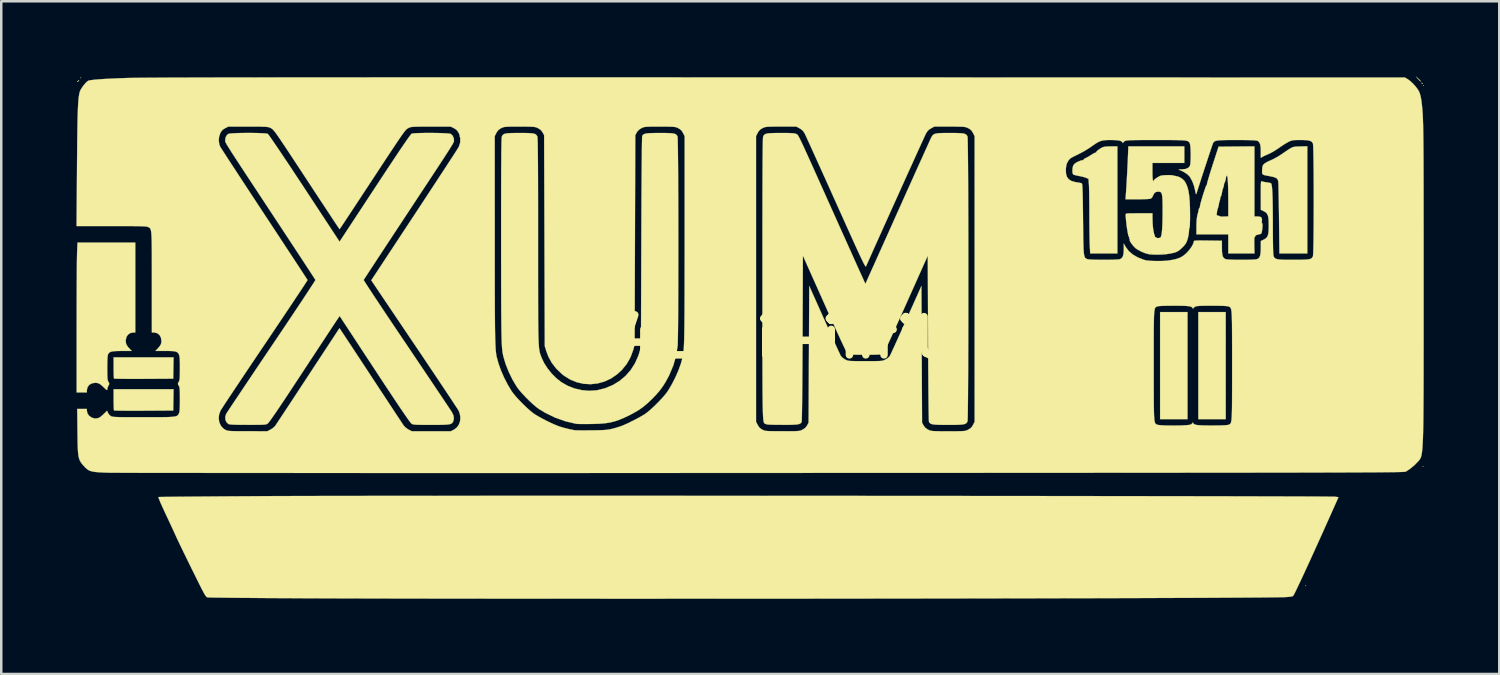
<source format=kicad_pcb>
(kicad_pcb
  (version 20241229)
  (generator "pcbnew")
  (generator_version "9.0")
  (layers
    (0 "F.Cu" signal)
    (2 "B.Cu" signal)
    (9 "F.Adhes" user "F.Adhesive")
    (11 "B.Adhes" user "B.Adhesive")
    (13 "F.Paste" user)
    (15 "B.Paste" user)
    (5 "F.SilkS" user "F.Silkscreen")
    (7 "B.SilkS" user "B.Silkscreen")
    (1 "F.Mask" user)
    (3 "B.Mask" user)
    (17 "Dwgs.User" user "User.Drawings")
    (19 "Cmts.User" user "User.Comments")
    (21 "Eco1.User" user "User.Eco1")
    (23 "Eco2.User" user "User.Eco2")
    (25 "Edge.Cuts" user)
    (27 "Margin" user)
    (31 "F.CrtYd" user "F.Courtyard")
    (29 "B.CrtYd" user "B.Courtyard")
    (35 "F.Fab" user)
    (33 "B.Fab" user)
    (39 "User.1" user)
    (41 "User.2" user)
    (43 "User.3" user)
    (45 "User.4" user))
  (footprint "1541-ii-infill"
    (layer "F.Cu")
    (at 26.883 10.417)
    (property "Reference" "1541-ii-infill" (at 0 0 0) (layer "F.SilkS") (effects (font (size 1.524 1.524) (thickness 0.3))))
    (attr through_hole)
    (fp_poly (pts (xy -26.697 -10.361) (xy -26.709 -10.348) (xy -26.722 -10.361) (xy -26.709 -10.374) (xy -26.697 -10.361)) (stroke (width 0.01) (type solid)) (fill yes) (layer "F.SilkS"))
    (fp_poly (pts (xy 17.442 3.254) (xy 16.349 3.254) (xy 16.349 -1.017) (xy 17.442 -1.017) (xy 17.442 3.254)) (stroke (width 0.01) (type solid)) (fill yes) (layer "F.SilkS"))
    (fp_poly (pts (xy 18.967 3.254) (xy 17.874 3.254) (xy 17.874 -1.017) (xy 18.967 -1.017) (xy 18.967 3.254)) (stroke (width 0.01) (type solid)) (fill yes) (layer "F.SilkS"))
    (fp_poly (pts (xy 22.171 9.903) (xy 22.158 9.916) (xy 22.146 9.903) (xy 22.158 9.89) (xy 22.171 9.903)) (stroke (width 0.01) (type solid)) (fill yes) (layer "F.SilkS"))
    (fp_poly (pts (xy 26.849 5.149) (xy 26.837 5.161) (xy 26.824 5.149) (xy 26.837 5.136) (xy 26.849 5.149)) (stroke (width 0.01) (type solid)) (fill yes) (layer "F.SilkS"))
    (fp_poly (pts (xy 26.875 -10.056) (xy 26.862 -10.043) (xy 26.849 -10.056) (xy 26.862 -10.068) (xy 26.875 -10.056)) (stroke (width 0.01) (type solid)) (fill yes) (layer "F.SilkS"))
    (fp_poly (pts (xy 26.794 -10.16) (xy 26.822 -10.136) (xy 26.824 -10.131) (xy 26.812 -10.12) (xy 26.787 -10.143) (xy 26.783 -10.149) (xy 26.78 -10.166) (xy 26.794 -10.16)) (stroke (width 0.01) (type solid)) (fill yes) (layer "F.SilkS"))
    (fp_poly (pts (xy -26.781 -10.259) (xy -26.795 -10.24) (xy -26.832 -10.201) (xy -26.849 -10.201) (xy -26.849 -10.205) (xy -26.832 -10.226) (xy -26.805 -10.25) (xy -26.775 -10.272) (xy -26.781 -10.259)) (stroke (width 0.01) (type solid)) (fill yes) (layer "F.SilkS"))
    (fp_poly (pts (xy 26.652 -10.324) (xy 26.714 -10.265) (xy 26.743 -10.233) (xy 26.744 -10.222) (xy 26.74 -10.221) (xy 26.72 -10.238) (xy 26.677 -10.282) (xy 26.644 -10.316) (xy 26.557 -10.412) (xy 26.652 -10.324)) (stroke (width 0.01) (type solid)) (fill yes) (layer "F.SilkS"))
    (fp_poly (pts (xy -23.016 1.214) (xy -23.023 1.64) (xy -24.194 1.647) (xy -24.433 1.648) (xy -24.657 1.648) (xy -24.86 1.647) (xy -25.037 1.646) (xy -25.183 1.644) (xy -25.292 1.642) (xy -25.361 1.639) (xy -25.383 1.636) (xy -25.389 1.606) (xy -25.394 1.534) (xy -25.397 1.429) (xy -25.4 1.3) (xy -25.4 1.203) (xy -25.4 0.788) (xy -23.009 0.788) (xy -23.016 1.214)) (stroke (width 0.01) (type solid)) (fill yes) (layer "F.SilkS"))
    (fp_poly (pts (xy -23.016 2.485) (xy -23.023 2.911) (xy -24.194 2.918) (xy -24.433 2.919) (xy -24.657 2.919) (xy -24.86 2.919) (xy -25.037 2.917) (xy -25.183 2.916) (xy -25.292 2.913) (xy -25.361 2.91) (xy -25.383 2.907) (xy -25.389 2.877) (xy -25.394 2.805) (xy -25.397 2.7) (xy -25.4 2.571) (xy -25.4 2.475) (xy -25.4 2.059) (xy -23.009 2.059) (xy -23.016 2.485)) (stroke (width 0.01) (type solid)) (fill yes) (layer "F.SilkS"))
    (fp_poly (pts (xy 22.222 -3.356) (xy 21.109 -3.356) (xy 21.094 -4.735) (xy 21.091 -4.999) (xy 21.087 -5.25) (xy 21.083 -5.484) (xy 21.079 -5.695) (xy 21.075 -5.878) (xy 21.071 -6.027) (xy 21.068 -6.139) (xy 21.064 -6.208) (xy 21.063 -6.224) (xy 21.046 -6.291) (xy 21.013 -6.341) (xy 20.955 -6.378) (xy 20.865 -6.409) (xy 20.734 -6.437) (xy 20.705 -6.442) (xy 20.58 -6.465) (xy 20.496 -6.485) (xy 20.447 -6.508) (xy 20.423 -6.544) (xy 20.417 -6.597) (xy 20.42 -6.677) (xy 20.421 -6.694) (xy 20.429 -6.791) (xy 20.441 -6.852) (xy 20.465 -6.894) (xy 20.506 -6.933) (xy 20.512 -6.938) (xy 20.576 -6.981) (xy 20.669 -7.031) (xy 20.771 -7.076) (xy 20.775 -7.078) (xy 20.878 -7.126) (xy 21.001 -7.193) (xy 21.126 -7.268) (xy 21.184 -7.307) (xy 21.331 -7.407) (xy 21.443 -7.483) (xy 21.529 -7.538) (xy 21.597 -7.576) (xy 21.656 -7.599) (xy 21.715 -7.612) (xy 21.78 -7.619) (xy 21.861 -7.622) (xy 21.934 -7.623) (xy 22.222 -7.632) (xy 22.222 -3.356)) (stroke (width 0.01) (type solid)) (fill yes) (layer "F.SilkS"))
    (fp_poly (pts (xy 14.645 -3.356) (xy 13.56 -3.356) (xy 13.543 -3.703) (xy 13.539 -3.814) (xy 13.535 -3.966) (xy 13.532 -4.151) (xy 13.53 -4.359) (xy 13.528 -4.583) (xy 13.527 -4.812) (xy 13.526 -4.958) (xy 13.526 -5.18) (xy 13.525 -5.395) (xy 13.522 -5.597) (xy 13.52 -5.777) (xy 13.516 -5.928) (xy 13.513 -6.042) (xy 13.51 -6.097) (xy 13.493 -6.329) (xy 13.408 -6.369) (xy 13.342 -6.393) (xy 13.245 -6.419) (xy 13.135 -6.442) (xy 13.115 -6.446) (xy 13.015 -6.466) (xy 12.935 -6.487) (xy 12.887 -6.504) (xy 12.881 -6.509) (xy 12.859 -6.558) (xy 12.85 -6.638) (xy 12.854 -6.731) (xy 12.869 -6.819) (xy 12.885 -6.862) (xy 12.922 -6.919) (xy 12.981 -6.967) (xy 13.074 -7.016) (xy 13.087 -7.022) (xy 13.172 -7.056) (xy 13.239 -7.076) (xy 13.277 -7.078) (xy 13.277 -7.078) (xy 13.294 -7.076) (xy 13.289 -7.086) (xy 13.3 -7.111) (xy 13.346 -7.144) (xy 13.372 -7.156) (xy 13.446 -7.195) (xy 13.539 -7.249) (xy 13.617 -7.298) (xy 13.694 -7.345) (xy 13.755 -7.375) (xy 13.789 -7.381) (xy 13.789 -7.381) (xy 13.802 -7.382) (xy 13.798 -7.391) (xy 13.808 -7.418) (xy 13.852 -7.461) (xy 13.918 -7.511) (xy 13.994 -7.56) (xy 14.068 -7.597) (xy 14.125 -7.611) (xy 14.218 -7.621) (xy 14.332 -7.627) (xy 14.392 -7.628) (xy 14.645 -7.628) (xy 14.645 -3.356)) (stroke (width 0.01) (type solid)) (fill yes) (layer "F.SilkS"))
    (fp_poly (pts (xy -24.536 -0.203) (xy -24.613 -0.203) (xy -24.732 -0.181) (xy -24.826 -0.118) (xy -24.89 -0.02) (xy -24.916 0.106) (xy -24.917 0.128) (xy -24.909 0.219) (xy -24.881 0.297) (xy -24.824 0.378) (xy -24.769 0.439) (xy -24.678 0.534) (xy -25.066 0.534) (xy -25.241 0.536) (xy -25.373 0.542) (xy -25.469 0.555) (xy -25.536 0.577) (xy -25.582 0.609) (xy -25.614 0.653) (xy -25.624 0.673) (xy -25.637 0.731) (xy -25.646 0.839) (xy -25.652 0.996) (xy -25.654 1.202) (xy -25.654 1.215) (xy -25.654 1.386) (xy -25.651 1.514) (xy -25.647 1.607) (xy -25.64 1.673) (xy -25.629 1.72) (xy -25.615 1.755) (xy -25.608 1.767) (xy -25.578 1.821) (xy -25.577 1.86) (xy -25.603 1.912) (xy -25.608 1.92) (xy -25.64 1.991) (xy -25.654 2.057) (xy -25.654 2.059) (xy -25.657 2.088) (xy -25.67 2.094) (xy -25.702 2.072) (xy -25.758 2.02) (xy -25.788 1.992) (xy -25.882 1.904) (xy -25.956 1.849) (xy -26.023 1.818) (xy -26.095 1.806) (xy -26.137 1.805) (xy -26.267 1.826) (xy -26.369 1.884) (xy -26.438 1.974) (xy -26.467 2.089) (xy -26.468 2.109) (xy -26.468 2.187) (xy -26.875 2.187) (xy -26.875 -0.4) (xy -26.874 -0.769) (xy -26.874 -1.129) (xy -26.873 -1.478) (xy -26.872 -1.811) (xy -26.871 -2.124) (xy -26.869 -2.413) (xy -26.868 -2.673) (xy -26.866 -2.901) (xy -26.864 -3.093) (xy -26.861 -3.245) (xy -26.859 -3.352) (xy -26.858 -3.388) (xy -26.841 -3.788) (xy -24.536 -3.788) (xy -24.536 -0.203)) (stroke (width 0.01) (type solid)) (fill yes) (layer "F.SilkS"))
    (fp_poly (pts (xy 20.112 -4.831) (xy 20.236 -4.831) (xy 20.334 -4.822) (xy 20.39 -4.79) (xy 20.413 -4.727) (xy 20.41 -4.637) (xy 20.405 -4.567) (xy 20.412 -4.546) (xy 20.421 -4.554) (xy 20.433 -4.552) (xy 20.436 -4.5) (xy 20.431 -4.399) (xy 20.43 -4.387) (xy 20.419 -4.287) (xy 20.406 -4.207) (xy 20.392 -4.159) (xy 20.389 -4.155) (xy 20.35 -4.132) (xy 20.283 -4.113) (xy 20.261 -4.109) (xy 20.183 -4.087) (xy 20.147 -4.05) (xy 20.144 -4.042) (xy 20.127 -4.006) (xy 20.115 -4.002) (xy 20.11 -3.982) (xy 20.106 -3.921) (xy 20.105 -3.826) (xy 20.106 -3.709) (xy 20.107 -3.684) (xy 20.114 -3.356) (xy 19.069 -3.356) (xy 19.069 -4.119) (xy 17.798 -4.119) (xy 17.798 -4.426) (xy 17.802 -4.59) (xy 17.812 -4.732) (xy 17.817 -4.767) (xy 20.366 -4.767) (xy 20.378 -4.755) (xy 20.391 -4.767) (xy 20.378 -4.78) (xy 20.366 -4.767) (xy 17.817 -4.767) (xy 17.828 -4.841) (xy 17.834 -4.865) (xy 17.842 -4.898) (xy 18.604 -4.898) (xy 18.622 -4.874) (xy 18.669 -4.861) (xy 18.719 -4.85) (xy 18.738 -4.835) (xy 18.762 -4.828) (xy 18.822 -4.825) (xy 18.904 -4.827) (xy 19.069 -4.835) (xy 19.069 -5.427) (xy 19.068 -5.716) (xy 19.064 -5.959) (xy 19.057 -6.155) (xy 19.048 -6.304) (xy 19.036 -6.404) (xy 19.022 -6.455) (xy 19.008 -6.458) (xy 18.982 -6.415) (xy 18.979 -6.4) (xy 18.971 -6.34) (xy 18.956 -6.272) (xy 18.938 -6.212) (xy 18.923 -6.18) (xy 18.92 -6.178) (xy 18.907 -6.156) (xy 18.899 -6.108) (xy 18.885 -6.03) (xy 18.863 -5.961) (xy 18.841 -5.901) (xy 18.829 -5.861) (xy 18.829 -5.861) (xy 18.816 -5.777) (xy 18.799 -5.698) (xy 18.781 -5.641) (xy 18.768 -5.619) (xy 18.754 -5.597) (xy 18.748 -5.555) (xy 18.737 -5.487) (xy 18.725 -5.447) (xy 18.706 -5.388) (xy 18.701 -5.365) (xy 18.689 -5.294) (xy 18.671 -5.216) (xy 18.652 -5.151) (xy 18.642 -5.124) (xy 18.629 -5.084) (xy 18.619 -5.018) (xy 18.618 -5.013) (xy 18.611 -4.945) (xy 18.604 -4.899) (xy 18.604 -4.898) (xy 17.842 -4.898) (xy 17.859 -4.962) (xy 17.88 -5.058) (xy 17.886 -5.092) (xy 17.902 -5.149) (xy 17.921 -5.174) (xy 17.926 -5.173) (xy 17.939 -5.179) (xy 17.935 -5.197) (xy 17.937 -5.232) (xy 17.952 -5.304) (xy 17.977 -5.403) (xy 18.01 -5.519) (xy 18.047 -5.645) (xy 18.086 -5.77) (xy 18.124 -5.886) (xy 18.158 -5.984) (xy 18.186 -6.053) (xy 18.204 -6.086) (xy 18.208 -6.087) (xy 18.22 -6.093) (xy 18.217 -6.107) (xy 18.221 -6.139) (xy 18.24 -6.213) (xy 18.271 -6.322) (xy 18.312 -6.461) (xy 18.362 -6.624) (xy 18.419 -6.804) (xy 18.443 -6.878) (xy 18.682 -7.615) (xy 19.397 -7.622) (xy 20.112 -7.628) (xy 20.112 -4.831)) (stroke (width 0.01) (type solid)) (fill yes) (layer "F.SilkS"))
    (fp_poly (pts (xy 17.315 -6.967) (xy 16.043 -6.967) (xy 16.043 -6.612) (xy 16.045 -6.446) (xy 16.052 -6.33) (xy 16.062 -6.261) (xy 16.073 -6.24) (xy 16.09 -6.237) (xy 16.086 -6.248) (xy 16.097 -6.275) (xy 16.142 -6.319) (xy 16.213 -6.371) (xy 16.214 -6.372) (xy 16.29 -6.419) (xy 16.352 -6.449) (xy 16.419 -6.466) (xy 16.509 -6.475) (xy 16.582 -6.479) (xy 16.688 -6.482) (xy 16.779 -6.48) (xy 16.839 -6.474) (xy 16.85 -6.471) (xy 16.908 -6.455) (xy 16.976 -6.444) (xy 17.094 -6.412) (xy 17.211 -6.35) (xy 17.303 -6.269) (xy 17.319 -6.25) (xy 17.384 -6.141) (xy 17.437 -6.012) (xy 17.478 -5.857) (xy 17.508 -5.671) (xy 17.529 -5.45) (xy 17.54 -5.188) (xy 17.543 -4.912) (xy 17.543 -4.753) (xy 17.54 -4.614) (xy 17.537 -4.501) (xy 17.532 -4.422) (xy 17.527 -4.384) (xy 17.524 -4.382) (xy 17.514 -4.365) (xy 17.505 -4.311) (xy 17.502 -4.25) (xy 17.492 -4.148) (xy 17.471 -4.027) (xy 17.446 -3.928) (xy 17.413 -3.831) (xy 17.375 -3.755) (xy 17.322 -3.683) (xy 17.241 -3.598) (xy 17.235 -3.592) (xy 17.15 -3.512) (xy 17.071 -3.453) (xy 16.985 -3.41) (xy 16.88 -3.378) (xy 16.744 -3.35) (xy 16.636 -3.333) (xy 16.511 -3.319) (xy 16.362 -3.311) (xy 16.206 -3.309) (xy 16.06 -3.312) (xy 15.938 -3.322) (xy 15.889 -3.329) (xy 15.838 -3.343) (xy 15.993 -3.343) (xy 16.005 -3.331) (xy 16.018 -3.343) (xy 16.476 -3.343) (xy 16.488 -3.331) (xy 16.501 -3.343) (xy 16.488 -3.356) (xy 16.476 -3.343) (xy 16.018 -3.343) (xy 16.005 -3.356) (xy 15.993 -3.343) (xy 15.838 -3.343) (xy 15.744 -3.37) (xy 15.589 -3.434) (xy 15.447 -3.511) (xy 15.379 -3.558) (xy 15.326 -3.607) (xy 15.268 -3.672) (xy 15.213 -3.742) (xy 15.168 -3.809) (xy 15.14 -3.861) (xy 15.137 -3.888) (xy 15.142 -3.89) (xy 15.144 -3.906) (xy 15.129 -3.927) (xy 15.111 -3.97) (xy 15.115 -3.991) (xy 15.115 -4.015) (xy 15.107 -4.017) (xy 15.092 -4.041) (xy 15.074 -4.106) (xy 15.055 -4.203) (xy 15.035 -4.323) (xy 15.015 -4.455) (xy 14.999 -4.592) (xy 14.986 -4.723) (xy 14.977 -4.84) (xy 14.976 -4.91) (xy 14.978 -4.926) (xy 14.99 -4.938) (xy 15.017 -4.946) (xy 15.066 -4.952) (xy 15.144 -4.956) (xy 15.256 -4.957) (xy 15.41 -4.958) (xy 15.51 -4.958) (xy 16.043 -4.958) (xy 16.045 -4.748) (xy 16.05 -4.576) (xy 16.062 -4.412) (xy 16.081 -4.267) (xy 16.105 -4.154) (xy 16.121 -4.106) (xy 16.142 -4.047) (xy 16.149 -4.01) (xy 16.149 -4.009) (xy 16.16 -3.999) (xy 16.17 -4.004) (xy 16.194 -4.003) (xy 16.196 -3.993) (xy 16.217 -3.973) (xy 16.266 -3.967) (xy 16.322 -3.975) (xy 16.366 -3.996) (xy 16.371 -4.001) (xy 16.395 -4.057) (xy 16.415 -4.161) (xy 16.43 -4.314) (xy 16.441 -4.517) (xy 16.447 -4.769) (xy 16.449 -5.029) (xy 16.449 -5.251) (xy 16.446 -5.428) (xy 16.441 -5.564) (xy 16.43 -5.665) (xy 16.415 -5.736) (xy 16.392 -5.782) (xy 16.362 -5.808) (xy 16.323 -5.819) (xy 16.28 -5.822) (xy 16.187 -5.809) (xy 16.123 -5.767) (xy 16.077 -5.687) (xy 16.067 -5.661) (xy 16.025 -5.583) (xy 15.973 -5.54) (xy 15.972 -5.54) (xy 15.928 -5.533) (xy 15.843 -5.526) (xy 15.726 -5.522) (xy 15.585 -5.518) (xy 15.441 -5.517) (xy 14.969 -5.517) (xy 14.985 -5.727) (xy 14.995 -5.861) (xy 16.221 -5.861) (xy 16.234 -5.848) (xy 16.247 -5.861) (xy 16.234 -5.873) (xy 16.221 -5.861) (xy 14.995 -5.861) (xy 14.995 -5.869) (xy 15.007 -6.052) (xy 15.019 -6.265) (xy 15.032 -6.497) (xy 15.044 -6.738) (xy 15.056 -6.979) (xy 15.066 -7.207) (xy 15.066 -7.214) (xy 15.083 -7.628) (xy 17.315 -7.628) (xy 17.315 -6.967)) (stroke (width 0.01) (type solid)) (fill yes) (layer "F.SilkS"))
    (fp_poly (pts (xy -6.011 6.313) (xy -5.152 6.313) (xy -4.282 6.313) (xy -3.402 6.313) (xy -2.514 6.314) (xy -1.619 6.314) (xy -0.718 6.314) (xy 0.186 6.314) (xy 1.093 6.315) (xy 2.002 6.315) (xy 2.91 6.316) (xy 3.816 6.316) (xy 4.719 6.317) (xy 5.618 6.317) (xy 6.51 6.318) (xy 7.395 6.319) (xy 8.271 6.319) (xy 9.136 6.32) (xy 9.99 6.321) (xy 10.831 6.321) (xy 11.656 6.322) (xy 12.466 6.323) (xy 13.258 6.324) (xy 14.031 6.325) (xy 14.784 6.326) (xy 15.515 6.327) (xy 16.222 6.328) (xy 16.905 6.329) (xy 17.562 6.33) (xy 18.191 6.331) (xy 18.791 6.332) (xy 19.36 6.333) (xy 19.897 6.334) (xy 20.401 6.336) (xy 20.871 6.337) (xy 21.303 6.338) (xy 21.699 6.339) (xy 22.055 6.34) (xy 22.37 6.342) (xy 22.644 6.343) (xy 22.874 6.344) (xy 23.059 6.346) (xy 23.198 6.347) (xy 23.289 6.348) (xy 23.331 6.35) (xy 23.333 6.35) (xy 23.465 6.369) (xy 23.147 7.081) (xy 22.973 7.469) (xy 22.805 7.844) (xy 22.642 8.205) (xy 22.487 8.546) (xy 22.341 8.867) (xy 22.205 9.163) (xy 22.081 9.432) (xy 21.97 9.67) (xy 21.873 9.875) (xy 21.792 10.044) (xy 21.729 10.174) (xy 21.684 10.261) (xy 21.67 10.285) (xy 21.651 10.308) (xy 21.617 10.324) (xy 21.56 10.336) (xy 21.47 10.346) (xy 21.366 10.353) (xy 21.295 10.356) (xy 21.176 10.359) (xy 21.008 10.361) (xy 20.794 10.364) (xy 20.535 10.367) (xy 20.233 10.369) (xy 19.889 10.372) (xy 19.505 10.374) (xy 19.082 10.377) (xy 18.621 10.379) (xy 18.125 10.382) (xy 17.594 10.384) (xy 17.03 10.386) (xy 16.435 10.388) (xy 15.81 10.391) (xy 15.157 10.393) (xy 14.477 10.395) (xy 13.771 10.397) (xy 13.042 10.398) (xy 12.29 10.4) (xy 11.517 10.402) (xy 10.725 10.404) (xy 9.915 10.405) (xy 9.088 10.407) (xy 8.247 10.408) (xy 7.392 10.409) (xy 6.526 10.411) (xy 5.649 10.412) (xy 4.763 10.413) (xy 3.869 10.414) (xy 2.97 10.415) (xy 2.067 10.416) (xy 1.16 10.416) (xy 0.252 10.417) (xy -0.656 10.417) (xy -1.562 10.418) (xy -2.465 10.418) (xy -3.364 10.418) (xy -4.257 10.419) (xy -5.142 10.419) (xy -6.017 10.418) (xy -6.883 10.418) (xy -7.736 10.418) (xy -8.576 10.417) (xy -9.4 10.417) (xy -10.208 10.416) (xy -10.998 10.415) (xy -11.769 10.415) (xy -12.518 10.414) (xy -13.245 10.412) (xy -13.948 10.411) (xy -14.625 10.41) (xy -15.275 10.408) (xy -15.897 10.407) (xy -16.488 10.405) (xy -17.049 10.403) (xy -17.576 10.401) (xy -18.068 10.399) (xy -18.09 10.398) (xy -18.508 10.396) (xy -18.913 10.394) (xy -19.302 10.392) (xy -19.671 10.389) (xy -20.019 10.386) (xy -20.341 10.384) (xy -20.635 10.381) (xy -20.898 10.378) (xy -21.126 10.375) (xy -21.318 10.373) (xy -21.469 10.37) (xy -21.577 10.367) (xy -21.639 10.365) (xy -21.652 10.364) (xy -21.672 10.358) (xy -21.691 10.346) (xy -21.712 10.325) (xy -21.738 10.29) (xy -21.771 10.238) (xy -21.812 10.165) (xy -21.864 10.067) (xy -21.929 9.941) (xy -22.009 9.781) (xy -22.106 9.585) (xy -22.223 9.348) (xy -22.267 9.26) (xy -22.379 9.032) (xy -22.487 8.811) (xy -22.589 8.602) (xy -22.682 8.411) (xy -22.763 8.243) (xy -22.829 8.104) (xy -22.878 8.001) (xy -22.903 7.945) (xy -22.947 7.848) (xy -23.007 7.718) (xy -23.077 7.565) (xy -23.153 7.402) (xy -23.226 7.246) (xy -23.346 6.991) (xy -23.443 6.78) (xy -23.518 6.613) (xy -23.57 6.489) (xy -23.601 6.407) (xy -23.61 6.366) (xy -23.609 6.362) (xy -23.583 6.36) (xy -23.508 6.359) (xy -23.388 6.357) (xy -23.224 6.355) (xy -23.02 6.353) (xy -22.779 6.35) (xy -22.502 6.348) (xy -22.192 6.345) (xy -21.852 6.343) (xy -21.484 6.34) (xy -21.092 6.337) (xy -20.677 6.334) (xy -20.242 6.332) (xy -19.79 6.329) (xy -19.324 6.326) (xy -19.165 6.325) (xy -18.916 6.324) (xy -18.625 6.323) (xy -18.292 6.322) (xy -17.919 6.321) (xy -17.507 6.32) (xy -17.059 6.319) (xy -16.575 6.318) (xy -16.056 6.318) (xy -15.505 6.317) (xy -14.922 6.316) (xy -14.31 6.316) (xy -13.669 6.315) (xy -13.001 6.315) (xy -12.308 6.314) (xy -11.59 6.314) (xy -10.85 6.314) (xy -10.088 6.313) (xy -9.307 6.313) (xy -8.507 6.313) (xy -7.69 6.313) (xy -6.858 6.313) (xy -6.011 6.313)) (stroke (width 0.01) (type solid)) (fill yes) (layer "F.SilkS"))
    (fp_poly (pts (xy -3.411 -8.161) (xy -3.256 -8.157) (xy -3.138 -8.15) (xy -3.053 -8.138) (xy -2.993 -8.119) (xy -2.951 -8.093) (xy -2.922 -8.058) (xy -2.903 -8.022) (xy -2.9 -7.989) (xy -2.896 -7.908) (xy -2.893 -7.783) (xy -2.89 -7.617) (xy -2.887 -7.413) (xy -2.885 -7.175) (xy -2.882 -6.906) (xy -2.88 -6.609) (xy -2.878 -6.287) (xy -2.877 -5.944) (xy -2.875 -5.583) (xy -2.874 -5.208) (xy -2.873 -4.821) (xy -2.873 -4.425) (xy -2.872 -4.026) (xy -2.872 -3.624) (xy -2.872 -3.225) (xy -2.873 -2.83) (xy -2.873 -2.444) (xy -2.874 -2.069) (xy -2.875 -1.709) (xy -2.877 -1.368) (xy -2.878 -1.048) (xy -2.88 -0.752) (xy -2.882 -0.485) (xy -2.885 -0.249) (xy -2.888 -0.048) (xy -2.891 0.115) (xy -2.894 0.237) (xy -2.897 0.314) (xy -2.899 0.331) (xy -2.963 0.732) (xy -3.072 1.114) (xy -3.229 1.487) (xy -3.254 1.538) (xy -3.373 1.759) (xy -3.491 1.948) (xy -3.619 2.12) (xy -3.769 2.292) (xy -3.913 2.442) (xy -4.092 2.613) (xy -4.257 2.752) (xy -4.422 2.872) (xy -4.604 2.982) (xy -4.807 3.09) (xy -5.029 3.197) (xy -5.227 3.28) (xy -5.412 3.343) (xy -5.598 3.389) (xy -5.796 3.419) (xy -6.018 3.437) (xy -6.275 3.446) (xy -6.344 3.447) (xy -6.507 3.448) (xy -6.657 3.449) (xy -6.784 3.448) (xy -6.879 3.446) (xy -6.934 3.443) (xy -6.941 3.442) (xy -7.374 3.34) (xy -7.783 3.195) (xy -8.175 3.005) (xy -8.427 2.853) (xy -8.537 2.771) (xy -8.669 2.659) (xy -8.812 2.527) (xy -8.956 2.383) (xy -9.093 2.238) (xy -9.211 2.102) (xy -9.301 1.985) (xy -9.316 1.963) (xy -9.487 1.675) (xy -9.638 1.367) (xy -9.761 1.055) (xy -9.851 0.753) (xy -9.863 0.699) (xy -9.873 0.65) (xy -9.882 0.597) (xy -9.89 0.537) (xy -9.898 0.469) (xy -9.905 0.388) (xy -9.911 0.294) (xy -9.916 0.183) (xy -9.92 0.054) (xy -9.924 -0.097) (xy -9.928 -0.271) (xy -9.931 -0.472) (xy -9.933 -0.701) (xy -9.935 -0.961) (xy -9.937 -1.255) (xy -9.938 -1.584) (xy -9.939 -1.952) (xy -9.94 -2.361) (xy -9.94 -2.813) (xy -9.941 -3.31) (xy -9.941 -3.856) (xy -9.941 -3.933) (xy -9.941 -4.494) (xy -9.941 -5.005) (xy -9.94 -5.469) (xy -9.94 -5.887) (xy -9.939 -6.262) (xy -9.938 -6.595) (xy -9.936 -6.888) (xy -9.934 -7.143) (xy -9.933 -7.361) (xy -9.93 -7.545) (xy -9.928 -7.696) (xy -9.925 -7.817) (xy -9.922 -7.908) (xy -9.918 -7.971) (xy -9.914 -8.01) (xy -9.911 -8.022) (xy -9.887 -8.066) (xy -9.857 -8.099) (xy -9.812 -8.123) (xy -9.748 -8.141) (xy -9.657 -8.152) (xy -9.533 -8.158) (xy -9.371 -8.161) (xy -9.204 -8.162) (xy -9.004 -8.161) (xy -8.849 -8.157) (xy -8.732 -8.15) (xy -8.647 -8.138) (xy -8.586 -8.119) (xy -8.545 -8.093) (xy -8.516 -8.058) (xy -8.497 -8.022) (xy -8.493 -8.001) (xy -8.489 -7.956) (xy -8.486 -7.885) (xy -8.482 -7.786) (xy -8.48 -7.657) (xy -8.477 -7.497) (xy -8.475 -7.304) (xy -8.473 -7.076) (xy -8.471 -6.811) (xy -8.47 -6.507) (xy -8.469 -6.164) (xy -8.468 -5.778) (xy -8.467 -5.348) (xy -8.467 -4.872) (xy -8.467 -4.349) (xy -8.467 -3.85) (xy -8.467 -3.304) (xy -8.467 -2.806) (xy -8.467 -2.355) (xy -8.466 -1.947) (xy -8.466 -1.58) (xy -8.465 -1.251) (xy -8.464 -0.959) (xy -8.463 -0.701) (xy -8.46 -0.474) (xy -8.458 -0.276) (xy -8.454 -0.104) (xy -8.45 0.044) (xy -8.445 0.17) (xy -8.439 0.277) (xy -8.433 0.368) (xy -8.425 0.444) (xy -8.416 0.508) (xy -8.406 0.564) (xy -8.394 0.612) (xy -8.381 0.656) (xy -8.367 0.697) (xy -8.351 0.74) (xy -8.334 0.785) (xy -8.324 0.81) (xy -8.227 1.016) (xy -8.09 1.228) (xy -7.925 1.433) (xy -7.741 1.619) (xy -7.547 1.774) (xy -7.54 1.779) (xy -7.289 1.923) (xy -7.015 2.03) (xy -6.726 2.098) (xy -6.434 2.124) (xy -6.151 2.107) (xy -6.107 2.1) (xy -5.785 2.02) (xy -5.487 1.895) (xy -5.216 1.731) (xy -4.975 1.528) (xy -4.767 1.29) (xy -4.596 1.019) (xy -4.464 0.719) (xy -4.418 0.572) (xy -4.361 0.369) (xy -4.348 -3.814) (xy -4.346 -4.272) (xy -4.345 -4.716) (xy -4.343 -5.144) (xy -4.341 -5.554) (xy -4.338 -5.941) (xy -4.336 -6.305) (xy -4.333 -6.641) (xy -4.331 -6.949) (xy -4.328 -7.223) (xy -4.326 -7.463) (xy -4.323 -7.665) (xy -4.32 -7.826) (xy -4.318 -7.945) (xy -4.315 -8.018) (xy -4.313 -8.042) (xy -4.289 -8.079) (xy -4.256 -8.108) (xy -4.205 -8.129) (xy -4.132 -8.144) (xy -4.03 -8.154) (xy -3.893 -8.159) (xy -3.714 -8.161) (xy -3.61 -8.162) (xy -3.411 -8.161)) (stroke (width 0.01) (type solid)) (fill yes) (layer "F.SilkS"))
    (fp_poly (pts (xy -12.575 -8.162) (xy -12.404 -8.159) (xy -12.25 -8.154) (xy -12.119 -8.147) (xy -12.02 -8.139) (xy -11.961 -8.128) (xy -11.954 -8.125) (xy -11.877 -8.058) (xy -11.832 -7.957) (xy -11.823 -7.872) (xy -11.822 -7.858) (xy -11.822 -7.846) (xy -11.824 -7.832) (xy -11.828 -7.816) (xy -11.836 -7.794) (xy -11.851 -7.764) (xy -11.872 -7.725) (xy -11.901 -7.675) (xy -11.941 -7.61) (xy -11.991 -7.529) (xy -12.054 -7.43) (xy -12.131 -7.311) (xy -12.223 -7.169) (xy -12.332 -7.003) (xy -12.458 -6.809) (xy -12.605 -6.587) (xy -12.771 -6.334) (xy -12.96 -6.047) (xy -13.173 -5.725) (xy -13.41 -5.366) (xy -13.673 -4.966) (xy -13.754 -4.844) (xy -13.967 -4.52) (xy -14.173 -4.208) (xy -14.369 -3.91) (xy -14.554 -3.63) (xy -14.726 -3.368) (xy -14.883 -3.129) (xy -15.023 -2.915) (xy -15.146 -2.728) (xy -15.248 -2.572) (xy -15.329 -2.448) (xy -15.386 -2.36) (xy -15.418 -2.31) (xy -15.425 -2.299) (xy -15.412 -2.274) (xy -15.373 -2.211) (xy -15.309 -2.11) (xy -15.221 -1.975) (xy -15.111 -1.808) (xy -14.982 -1.612) (xy -14.834 -1.39) (xy -14.671 -1.144) (xy -14.492 -0.876) (xy -14.3 -0.59) (xy -14.097 -0.287) (xy -13.884 0.029) (xy -13.713 0.282) (xy -13.492 0.61) (xy -13.279 0.927) (xy -13.073 1.232) (xy -12.879 1.521) (xy -12.696 1.792) (xy -12.528 2.042) (xy -12.376 2.269) (xy -12.242 2.469) (xy -12.128 2.64) (xy -12.035 2.779) (xy -11.966 2.883) (xy -11.922 2.95) (xy -11.907 2.973) (xy -11.843 3.105) (xy -11.824 3.223) (xy -11.848 3.333) (xy -11.853 3.344) (xy -11.873 3.383) (xy -11.898 3.413) (xy -11.934 3.437) (xy -11.986 3.455) (xy -12.059 3.467) (xy -12.16 3.476) (xy -12.293 3.48) (xy -12.466 3.483) (xy -12.682 3.483) (xy -12.731 3.483) (xy -12.941 3.483) (xy -13.107 3.482) (xy -13.234 3.48) (xy -13.329 3.476) (xy -13.398 3.471) (xy -13.447 3.463) (xy -13.482 3.453) (xy -13.509 3.439) (xy -13.514 3.436) (xy -13.539 3.411) (xy -13.584 3.354) (xy -13.651 3.263) (xy -13.739 3.137) (xy -13.85 2.975) (xy -13.985 2.777) (xy -14.143 2.541) (xy -14.326 2.266) (xy -14.535 1.951) (xy -14.77 1.595) (xy -14.987 1.264) (xy -16.384 -0.862) (xy -16.616 -0.513) (xy -16.666 -0.438) (xy -16.742 -0.323) (xy -16.84 -0.174) (xy -16.958 0.005) (xy -17.094 0.212) (xy -17.245 0.44) (xy -17.407 0.688) (xy -17.58 0.95) (xy -17.759 1.222) (xy -17.942 1.502) (xy -18.015 1.612) (xy -18.249 1.968) (xy -18.457 2.283) (xy -18.639 2.557) (xy -18.796 2.791) (xy -18.929 2.988) (xy -19.039 3.147) (xy -19.126 3.271) (xy -19.192 3.359) (xy -19.236 3.414) (xy -19.259 3.436) (xy -19.285 3.45) (xy -19.318 3.461) (xy -19.363 3.469) (xy -19.426 3.475) (xy -19.514 3.479) (xy -19.633 3.481) (xy -19.788 3.482) (xy -19.987 3.482) (xy -20.048 3.482) (xy -20.274 3.481) (xy -20.453 3.479) (xy -20.592 3.476) (xy -20.694 3.47) (xy -20.764 3.463) (xy -20.807 3.453) (xy -20.821 3.448) (xy -20.897 3.378) (xy -20.94 3.281) (xy -20.947 3.169) (xy -20.914 3.054) (xy -20.908 3.043) (xy -20.889 3.012) (xy -20.843 2.942) (xy -20.772 2.834) (xy -20.678 2.693) (xy -20.563 2.52) (xy -20.427 2.318) (xy -20.274 2.089) (xy -20.105 1.837) (xy -19.922 1.564) (xy -19.726 1.272) (xy -19.519 0.965) (xy -19.303 0.644) (xy -19.102 0.346) (xy -18.88 0.017) (xy -18.667 -0.3) (xy -18.464 -0.603) (xy -18.272 -0.89) (xy -18.093 -1.158) (xy -17.93 -1.403) (xy -17.783 -1.625) (xy -17.655 -1.82) (xy -17.547 -1.985) (xy -17.46 -2.118) (xy -17.397 -2.217) (xy -17.36 -2.278) (xy -17.349 -2.3) (xy -17.364 -2.325) (xy -17.406 -2.389) (xy -17.472 -2.491) (xy -17.56 -2.627) (xy -17.67 -2.794) (xy -17.798 -2.99) (xy -17.944 -3.212) (xy -18.105 -3.457) (xy -18.28 -3.723) (xy -18.466 -4.006) (xy -18.663 -4.305) (xy -18.868 -4.616) (xy -18.919 -4.693) (xy -19.197 -5.115) (xy -19.449 -5.497) (xy -19.675 -5.841) (xy -19.878 -6.148) (xy -20.058 -6.421) (xy -20.216 -6.662) (xy -20.355 -6.874) (xy -20.475 -7.057) (xy -20.578 -7.215) (xy -20.665 -7.349) (xy -20.737 -7.462) (xy -20.796 -7.555) (xy -20.843 -7.631) (xy -20.88 -7.691) (xy -20.907 -7.738) (xy -20.926 -7.774) (xy -20.939 -7.802) (xy -20.946 -7.822) (xy -20.95 -7.837) (xy -20.951 -7.85) (xy -20.951 -7.862) (xy -20.951 -7.871) (xy -20.931 -7.991) (xy -20.877 -8.083) (xy -20.82 -8.125) (xy -20.772 -8.137) (xy -20.682 -8.146) (xy -20.558 -8.153) (xy -20.408 -8.159) (xy -20.241 -8.162) (xy -20.063 -8.164) (xy -19.885 -8.163) (xy -19.714 -8.161) (xy -19.557 -8.156) (xy -19.424 -8.15) (xy -19.323 -8.141) (xy -19.261 -8.131) (xy -19.251 -8.127) (xy -19.228 -8.101) (xy -19.179 -8.035) (xy -19.106 -7.931) (xy -19.011 -7.792) (xy -18.894 -7.621) (xy -18.758 -7.42) (xy -18.605 -7.191) (xy -18.435 -6.938) (xy -18.252 -6.662) (xy -18.056 -6.365) (xy -17.849 -6.052) (xy -17.788 -5.959) (xy -16.386 -3.825) (xy -14.98 -5.964) (xy -14.718 -6.363) (xy -14.483 -6.719) (xy -14.274 -7.033) (xy -14.092 -7.307) (xy -13.935 -7.541) (xy -13.803 -7.734) (xy -13.696 -7.889) (xy -13.614 -8.005) (xy -13.555 -8.084) (xy -13.52 -8.126) (xy -13.511 -8.133) (xy -13.463 -8.143) (xy -13.372 -8.151) (xy -13.247 -8.157) (xy -13.097 -8.161) (xy -12.929 -8.164) (xy -12.752 -8.164) (xy -12.575 -8.162)) (stroke (width 0.01) (type solid)) (fill yes) (layer "F.SilkS"))
    (fp_poly (pts (xy 8.158 -8.161) (xy 8.313 -8.157) (xy 8.43 -8.15) (xy 8.516 -8.138) (xy 8.576 -8.119) (xy 8.617 -8.093) (xy 8.646 -8.058) (xy 8.665 -8.022) (xy 8.669 -7.989) (xy 8.672 -7.908) (xy 8.675 -7.782) (xy 8.678 -7.614) (xy 8.681 -7.405) (xy 8.683 -7.16) (xy 8.686 -6.881) (xy 8.688 -6.571) (xy 8.69 -6.233) (xy 8.692 -5.868) (xy 8.693 -5.482) (xy 8.694 -5.075) (xy 8.696 -4.651) (xy 8.697 -4.213) (xy 8.697 -3.764) (xy 8.698 -3.306) (xy 8.698 -2.842) (xy 8.698 -2.375) (xy 8.698 -1.907) (xy 8.698 -1.443) (xy 8.697 -0.983) (xy 8.697 -0.532) (xy 8.696 -0.092) (xy 8.695 0.334) (xy 8.693 0.743) (xy 8.692 1.133) (xy 8.69 1.501) (xy 8.688 1.843) (xy 8.686 2.158) (xy 8.684 2.442) (xy 8.681 2.692) (xy 8.679 2.906) (xy 8.676 3.081) (xy 8.673 3.214) (xy 8.669 3.302) (xy 8.666 3.342) (xy 8.665 3.344) (xy 8.643 3.385) (xy 8.615 3.418) (xy 8.574 3.442) (xy 8.515 3.459) (xy 8.432 3.471) (xy 8.318 3.478) (xy 8.168 3.482) (xy 7.975 3.483) (xy 7.895 3.483) (xy 7.684 3.483) (xy 7.518 3.48) (xy 7.39 3.474) (xy 7.296 3.464) (xy 7.229 3.449) (xy 7.183 3.428) (xy 7.151 3.4) (xy 7.129 3.365) (xy 7.129 3.363) (xy 7.126 3.333) (xy 7.123 3.254) (xy 7.12 3.131) (xy 7.117 2.966) (xy 7.114 2.763) (xy 7.111 2.524) (xy 7.108 2.252) (xy 7.105 1.951) (xy 7.103 1.623) (xy 7.1 1.272) (xy 7.098 0.9) (xy 7.096 0.511) (xy 7.094 0.108) (xy 7.094 0.024) (xy 7.081 -3.27) (xy 6.217 -1.339) (xy 6.061 -0.99) (xy 5.924 -0.685) (xy 5.805 -0.42) (xy 5.702 -0.193) (xy 5.614 -0.001) (xy 5.54 0.159) (xy 5.478 0.29) (xy 5.427 0.395) (xy 5.386 0.477) (xy 5.352 0.539) (xy 5.326 0.583) (xy 5.304 0.613) (xy 5.286 0.632) (xy 5.276 0.639) (xy 5.248 0.654) (xy 5.212 0.666) (xy 5.163 0.674) (xy 5.094 0.68) (xy 4.997 0.683) (xy 4.867 0.685) (xy 4.696 0.686) (xy 4.589 0.686) (xy 4.395 0.686) (xy 4.244 0.685) (xy 4.131 0.682) (xy 4.048 0.677) (xy 3.99 0.67) (xy 3.948 0.661) (xy 3.917 0.648) (xy 3.902 0.639) (xy 3.886 0.627) (xy 3.867 0.604) (xy 3.844 0.569) (xy 3.815 0.519) (xy 3.779 0.451) (xy 3.734 0.361) (xy 3.68 0.247) (xy 3.614 0.106) (xy 3.535 -0.065) (xy 3.442 -0.269) (xy 3.334 -0.508) (xy 3.209 -0.787) (xy 3.065 -1.107) (xy 2.961 -1.339) (xy 2.098 -3.27) (xy 2.085 0.024) (xy 2.083 0.43) (xy 2.081 0.822) (xy 2.079 1.197) (xy 2.076 1.553) (xy 2.074 1.886) (xy 2.071 2.193) (xy 2.068 2.471) (xy 2.065 2.717) (xy 2.062 2.928) (xy 2.059 3.101) (xy 2.056 3.233) (xy 2.053 3.321) (xy 2.051 3.361) (xy 2.05 3.363) (xy 2.028 3.399) (xy 1.998 3.427) (xy 1.953 3.448) (xy 1.887 3.463) (xy 1.794 3.473) (xy 1.67 3.479) (xy 1.506 3.482) (xy 1.299 3.482) (xy 1.279 3.482) (xy 1.07 3.481) (xy 0.906 3.478) (xy 0.783 3.474) (xy 0.696 3.467) (xy 0.64 3.457) (xy 0.613 3.448) (xy 0.599 3.441) (xy 0.586 3.435) (xy 0.573 3.429) (xy 0.562 3.421) (xy 0.552 3.407) (xy 0.543 3.387) (xy 0.535 3.359) (xy 0.527 3.32) (xy 0.52 3.269) (xy 0.514 3.203) (xy 0.509 3.121) (xy 0.505 3.021) (xy 0.501 2.9) (xy 0.497 2.757) (xy 0.494 2.59) (xy 0.492 2.396) (xy 0.49 2.174) (xy 0.488 1.922) (xy 0.487 1.638) (xy 0.486 1.319) (xy 0.485 0.965) (xy 0.485 0.572) (xy 0.484 0.139) (xy 0.484 -0.336) (xy 0.484 -0.855) (xy 0.484 -1.419) (xy 0.484 -2.032) (xy 0.484 -2.332) (xy 0.484 -2.996) (xy 0.484 -3.611) (xy 0.484 -4.179) (xy 0.485 -4.7) (xy 0.485 -5.176) (xy 0.486 -5.61) (xy 0.487 -6.002) (xy 0.488 -6.354) (xy 0.489 -6.667) (xy 0.491 -6.943) (xy 0.492 -7.184) (xy 0.494 -7.392) (xy 0.496 -7.566) (xy 0.499 -7.711) (xy 0.501 -7.825) (xy 0.504 -7.913) (xy 0.507 -7.974) (xy 0.511 -8.01) (xy 0.513 -8.022) (xy 0.537 -8.066) (xy 0.568 -8.099) (xy 0.612 -8.123) (xy 0.677 -8.141) (xy 0.767 -8.152) (xy 0.891 -8.158) (xy 1.054 -8.161) (xy 1.22 -8.162) (xy 1.408 -8.161) (xy 1.552 -8.159) (xy 1.658 -8.154) (xy 1.735 -8.148) (xy 1.789 -8.138) (xy 1.828 -8.125) (xy 1.835 -8.121) (xy 1.847 -8.115) (xy 1.858 -8.11) (xy 1.869 -8.103) (xy 1.882 -8.092) (xy 1.896 -8.074) (xy 1.913 -8.048) (xy 1.934 -8.011) (xy 1.961 -7.961) (xy 1.994 -7.895) (xy 2.034 -7.812) (xy 2.083 -7.709) (xy 2.142 -7.583) (xy 2.211 -7.432) (xy 2.291 -7.255) (xy 2.385 -7.049) (xy 2.492 -6.811) (xy 2.614 -6.539) (xy 2.752 -6.231) (xy 2.908 -5.885) (xy 3.081 -5.499) (xy 3.274 -5.069) (xy 3.383 -4.826) (xy 3.539 -4.477) (xy 3.69 -4.142) (xy 3.834 -3.822) (xy 3.969 -3.522) (xy 4.094 -3.243) (xy 4.208 -2.989) (xy 4.31 -2.763) (xy 4.398 -2.568) (xy 4.472 -2.406) (xy 4.529 -2.28) (xy 4.568 -2.194) (xy 4.589 -2.149) (xy 4.592 -2.144) (xy 4.603 -2.167) (xy 4.633 -2.234) (xy 4.682 -2.342) (xy 4.747 -2.487) (xy 4.828 -2.668) (xy 4.924 -2.881) (xy 5.033 -3.124) (xy 5.154 -3.394) (xy 5.286 -3.687) (xy 5.427 -4.001) (xy 5.577 -4.334) (xy 5.733 -4.683) (xy 5.873 -4.996) (xy 6.036 -5.358) (xy 6.193 -5.709) (xy 6.344 -6.045) (xy 6.488 -6.364) (xy 6.622 -6.663) (xy 6.746 -6.938) (xy 6.859 -7.187) (xy 6.958 -7.407) (xy 7.043 -7.595) (xy 7.112 -7.748) (xy 7.164 -7.863) (xy 7.198 -7.936) (xy 7.211 -7.964) (xy 7.244 -8.025) (xy 7.278 -8.071) (xy 7.32 -8.106) (xy 7.376 -8.131) (xy 7.454 -8.147) (xy 7.561 -8.156) (xy 7.702 -8.16) (xy 7.885 -8.162) (xy 7.958 -8.162) (xy 8.158 -8.161)) (stroke (width 0.01) (type solid)) (fill yes) (layer "F.SilkS"))
    (fp_poly (pts (xy -9.302 -10.381) (xy -8.224 -10.381) (xy -7.102 -10.381) (xy -5.934 -10.381) (xy -4.72 -10.381) (xy -3.458 -10.381) (xy -2.148 -10.38) (xy -0.789 -10.38) (xy 0.62 -10.38) (xy 1.102 -10.38) (xy 26.116 -10.373) (xy 26.228 -10.308) (xy 26.33 -10.233) (xy 26.441 -10.129) (xy 26.548 -10.01) (xy 26.636 -9.891) (xy 26.686 -9.802) (xy 26.718 -9.712) (xy 26.748 -9.595) (xy 26.769 -9.477) (xy 26.77 -9.471) (xy 26.78 -9.395) (xy 26.789 -9.322) (xy 26.797 -9.249) (xy 26.804 -9.176) (xy 26.811 -9.1) (xy 26.818 -9.018) (xy 26.824 -8.929) (xy 26.829 -8.831) (xy 26.834 -8.722) (xy 26.838 -8.599) (xy 26.842 -8.461) (xy 26.845 -8.305) (xy 26.848 -8.13) (xy 26.851 -7.934) (xy 26.853 -7.713) (xy 26.855 -7.467) (xy 26.857 -7.194) (xy 26.858 -6.89) (xy 26.859 -6.555) (xy 26.86 -6.186) (xy 26.861 -5.781) (xy 26.861 -5.338) (xy 26.861 -4.856) (xy 26.862 -4.331) (xy 26.862 -3.762) (xy 26.862 -3.147) (xy 26.862 -2.483) (xy 26.862 -2.276) (xy 26.862 -1.571) (xy 26.862 -0.916) (xy 26.862 -0.309) (xy 26.862 0.254) (xy 26.861 0.773) (xy 26.861 1.25) (xy 26.86 1.688) (xy 26.859 2.087) (xy 26.857 2.451) (xy 26.855 2.779) (xy 26.853 3.076) (xy 26.85 3.342) (xy 26.846 3.578) (xy 26.841 3.788) (xy 26.836 3.973) (xy 26.829 4.134) (xy 26.822 4.274) (xy 26.814 4.394) (xy 26.805 4.496) (xy 26.795 4.582) (xy 26.783 4.654) (xy 26.771 4.714) (xy 26.757 4.763) (xy 26.741 4.804) (xy 26.725 4.837) (xy 26.706 4.866) (xy 26.687 4.891) (xy 26.665 4.915) (xy 26.642 4.94) (xy 26.618 4.966) (xy 26.616 4.969) (xy 26.482 5.103) (xy 26.333 5.227) (xy 26.187 5.325) (xy 26.145 5.348) (xy 26.138 5.35) (xy 26.127 5.353) (xy 26.109 5.355) (xy 26.084 5.357) (xy 26.052 5.359) (xy 26.011 5.361) (xy 25.961 5.362) (xy 25.9 5.364) (xy 25.827 5.366) (xy 25.742 5.367) (xy 25.644 5.369) (xy 25.531 5.37) (xy 25.404 5.372) (xy 25.26 5.373) (xy 25.099 5.375) (xy 24.921 5.376) (xy 24.723 5.377) (xy 24.506 5.378) (xy 24.269 5.379) (xy 24.009 5.38) (xy 23.727 5.381) (xy 23.422 5.382) (xy 23.092 5.383) (xy 22.737 5.384) (xy 22.356 5.385) (xy 21.948 5.386) (xy 21.512 5.387) (xy 21.047 5.387) (xy 20.552 5.388) (xy 20.026 5.389) (xy 19.469 5.39) (xy 18.878 5.39) (xy 18.255 5.391) (xy 17.597 5.391) (xy 16.903 5.392) (xy 16.173 5.393) (xy 15.406 5.393) (xy 14.601 5.394) (xy 13.757 5.394) (xy 12.873 5.395) (xy 11.947 5.395) (xy 10.98 5.396) (xy 9.971 5.396) (xy 8.917 5.397) (xy 7.819 5.397) (xy 6.676 5.398) (xy 5.486 5.398) (xy 4.249 5.399) (xy 2.963 5.399) (xy 1.628 5.4) (xy 0.516 5.4) (xy -0.626 5.401) (xy -1.757 5.401) (xy -2.875 5.402) (xy -3.98 5.402) (xy -5.07 5.402) (xy -6.145 5.402) (xy -7.202 5.403) (xy -8.242 5.403) (xy -9.262 5.403) (xy -10.263 5.403) (xy -11.242 5.403) (xy -12.199 5.403) (xy -13.132 5.403) (xy -14.041 5.403) (xy -14.924 5.403) (xy -15.78 5.402) (xy -16.608 5.402) (xy -17.407 5.402) (xy -18.176 5.402) (xy -18.914 5.401) (xy -19.62 5.401) (xy -20.292 5.401) (xy -20.929 5.4) (xy -21.531 5.4) (xy -22.097 5.399) (xy -22.624 5.399) (xy -23.112 5.398) (xy -23.56 5.398) (xy -23.967 5.397) (xy -24.332 5.397) (xy -24.654 5.396) (xy -24.93 5.395) (xy -25.162 5.394) (xy -25.346 5.394) (xy -25.483 5.393) (xy -25.571 5.392) (xy -25.603 5.391) (xy -25.825 5.383) (xy -26.002 5.373) (xy -26.142 5.36) (xy -26.252 5.342) (xy -26.338 5.318) (xy -26.407 5.286) (xy -26.466 5.245) (xy -26.522 5.194) (xy -26.534 5.181) (xy -26.605 5.106) (xy -26.664 5.038) (xy -26.711 4.972) (xy -26.749 4.903) (xy -26.778 4.824) (xy -26.8 4.73) (xy -26.816 4.615) (xy -26.826 4.474) (xy -26.834 4.3) (xy -26.838 4.089) (xy -26.842 3.834) (xy -26.843 3.757) (xy -26.853 2.848) (xy -26.468 2.848) (xy -26.468 2.918) (xy -26.444 3.025) (xy -26.38 3.118) (xy -26.286 3.188) (xy -26.173 3.225) (xy -26.124 3.229) (xy -26.114 3.228) (xy -21.208 3.228) (xy -21.185 3.378) (xy -21.126 3.511) (xy -21.035 3.619) (xy -20.957 3.672) (xy -20.922 3.69) (xy -20.889 3.704) (xy -20.851 3.715) (xy -20.803 3.723) (xy -20.738 3.728) (xy -20.651 3.732) (xy -20.534 3.734) (xy -20.383 3.736) (xy -20.19 3.736) (xy -20.053 3.736) (xy -19.271 3.738) (xy -19.146 3.674) (xy -19.061 3.621) (xy -18.986 3.558) (xy -18.959 3.528) (xy -18.936 3.495) (xy -18.887 3.422) (xy -18.815 3.314) (xy -18.721 3.172) (xy -18.607 3) (xy -18.476 2.802) (xy -18.33 2.581) (xy -18.171 2.339) (xy -18.001 2.08) (xy -17.822 1.807) (xy -17.645 1.538) (xy -17.461 1.257) (xy -17.285 0.989) (xy -17.118 0.736) (xy -16.964 0.501) (xy -16.824 0.288) (xy -16.7 0.099) (xy -16.594 -0.062) (xy -16.508 -0.193) (xy -16.444 -0.291) (xy -16.404 -0.352) (xy -16.39 -0.373) (xy -16.39 -0.373) (xy -16.376 -0.353) (xy -16.336 -0.294) (xy -16.272 -0.197) (xy -16.186 -0.068) (xy -16.08 0.092) (xy -15.956 0.28) (xy -15.816 0.492) (xy -15.662 0.726) (xy -15.496 0.978) (xy -15.32 1.245) (xy -15.141 1.519) (xy -14.955 1.802) (xy -14.776 2.074) (xy -14.606 2.332) (xy -14.447 2.573) (xy -14.302 2.794) (xy -14.172 2.991) (xy -14.059 3.162) (xy -13.966 3.303) (xy -13.894 3.411) (xy -13.846 3.482) (xy -13.825 3.513) (xy -13.759 3.583) (xy -13.671 3.649) (xy -13.629 3.673) (xy -13.503 3.738) (xy -11.948 3.738) (xy -11.822 3.674) (xy -11.708 3.589) (xy -11.625 3.472) (xy -11.577 3.332) (xy -11.566 3.179) (xy -11.593 3.022) (xy -11.635 2.917) (xy -11.658 2.88) (xy -11.707 2.802) (xy -11.782 2.689) (xy -11.879 2.541) (xy -11.997 2.362) (xy -12.135 2.155) (xy -12.29 1.922) (xy -12.46 1.667) (xy -12.645 1.391) (xy -12.842 1.098) (xy -13.048 0.79) (xy -13.263 0.471) (xy -13.412 0.251) (xy -15.121 -2.284) (xy -13.406 -4.886) (xy -13.188 -5.217) (xy -12.977 -5.538) (xy -12.775 -5.846) (xy -12.583 -6.138) (xy -12.404 -6.412) (xy -12.239 -6.664) (xy -12.089 -6.893) (xy -11.958 -7.095) (xy -11.846 -7.267) (xy -11.755 -7.408) (xy -11.688 -7.514) (xy -11.645 -7.582) (xy -11.63 -7.608) (xy -11.577 -7.765) (xy -11.569 -7.933) (xy -11.591 -8.036) (xy -10.196 -8.036) (xy -10.195 -3.935) (xy -10.195 -3.378) (xy -10.195 -2.869) (xy -10.194 -2.406) (xy -10.194 -1.987) (xy -10.193 -1.609) (xy -10.192 -1.27) (xy -10.19 -0.967) (xy -10.188 -0.698) (xy -10.186 -0.461) (xy -10.183 -0.253) (xy -10.18 -0.071) (xy -10.176 0.086) (xy -10.171 0.222) (xy -10.166 0.337) (xy -10.161 0.436) (xy -10.154 0.52) (xy -10.147 0.592) (xy -10.139 0.654) (xy -10.131 0.709) (xy -10.121 0.759) (xy -10.117 0.775) (xy -10.047 1.032) (xy -9.947 1.311) (xy -9.823 1.596) (xy -9.681 1.873) (xy -9.527 2.13) (xy -9.522 2.138) (xy -9.44 2.248) (xy -9.329 2.379) (xy -9.197 2.523) (xy -9.053 2.668) (xy -8.909 2.806) (xy -8.772 2.928) (xy -8.653 3.023) (xy -8.605 3.056) (xy -8.472 3.137) (xy -8.312 3.226) (xy -8.137 3.317) (xy -7.961 3.402) (xy -7.797 3.476) (xy -7.659 3.532) (xy -7.621 3.545) (xy -7.444 3.599) (xy -7.242 3.65) (xy -7.04 3.692) (xy -7.017 3.696) (xy -6.975 3.699) (xy -6.889 3.701) (xy -6.768 3.703) (xy -6.621 3.703) (xy -6.454 3.702) (xy -6.344 3.702) (xy -6.141 3.699) (xy -5.981 3.696) (xy -5.854 3.69) (xy -5.752 3.683) (xy -5.667 3.672) (xy -5.589 3.658) (xy -5.514 3.641) (xy -5.388 3.608) (xy -5.257 3.568) (xy -5.147 3.531) (xy -5.133 3.526) (xy -4.998 3.47) (xy -4.835 3.395) (xy -4.659 3.307) (xy -4.485 3.216) (xy -4.328 3.128) (xy -4.209 3.056) (xy -4.1 2.975) (xy -3.969 2.864) (xy -3.826 2.732) (xy -3.681 2.588) (xy -3.542 2.442) (xy -3.42 2.304) (xy -3.324 2.184) (xy -3.292 2.138) (xy -3.137 1.88) (xy -2.994 1.601) (xy -2.869 1.316) (xy -2.768 1.037) (xy -2.698 0.779) (xy -2.697 0.775) (xy -2.687 0.727) (xy -2.678 0.674) (xy -2.67 0.615) (xy -2.663 0.547) (xy -2.656 0.468) (xy -2.65 0.374) (xy -2.645 0.265) (xy -2.64 0.137) (xy -2.636 -0.013) (xy -2.633 -0.185) (xy -2.63 -0.384) (xy -2.627 -0.61) (xy -2.625 -0.868) (xy -2.623 -1.158) (xy -2.622 -1.484) (xy -2.621 -1.848) (xy -2.62 -2.253) (xy -2.62 -2.7) (xy -2.619 -3.192) (xy -2.619 -3.732) (xy -2.619 -3.935) (xy -2.619 -8.036) (xy 0.229 -8.036) (xy 0.229 3.358) (xy 0.293 3.484) (xy 0.352 3.578) (xy 0.427 3.643) (xy 0.477 3.672) (xy 0.514 3.691) (xy 0.55 3.706) (xy 0.59 3.717) (xy 0.642 3.725) (xy 0.713 3.73) (xy 0.808 3.733) (xy 0.936 3.735) (xy 1.101 3.736) (xy 1.278 3.736) (xy 1.482 3.737) (xy 1.642 3.736) (xy 1.764 3.735) (xy 1.856 3.731) (xy 1.923 3.726) (xy 1.974 3.718) (xy 2.013 3.707) (xy 2.05 3.691) (xy 2.085 3.674) (xy 2.188 3.607) (xy 2.257 3.522) (xy 2.269 3.502) (xy 2.326 3.394) (xy 2.339 0.669) (xy 2.352 -2.057) (xy 2.959 -0.699) (xy 3.071 -0.45) (xy 3.177 -0.213) (xy 3.277 0.008) (xy 3.367 0.207) (xy 3.447 0.381) (xy 3.513 0.526) (xy 3.565 0.636) (xy 3.599 0.708) (xy 3.613 0.735) (xy 3.663 0.791) (xy 3.738 0.848) (xy 3.787 0.876) (xy 3.826 0.896) (xy 3.862 0.911) (xy 3.903 0.922) (xy 3.955 0.93) (xy 4.025 0.935) (xy 4.119 0.938) (xy 4.244 0.94) (xy 4.407 0.941) (xy 4.589 0.941) (xy 4.792 0.941) (xy 4.951 0.94) (xy 5.072 0.938) (xy 5.163 0.935) (xy 5.23 0.929) (xy 5.28 0.921) (xy 5.32 0.909) (xy 5.357 0.894) (xy 5.392 0.876) (xy 5.473 0.826) (xy 5.541 0.767) (xy 5.566 0.735) (xy 5.584 0.699) (xy 5.622 0.62) (xy 5.676 0.503) (xy 5.745 0.353) (xy 5.826 0.175) (xy 5.918 -0.029) (xy 6.019 -0.252) (xy 6.127 -0.492) (xy 6.219 -0.699) (xy 6.827 -2.057) (xy 6.839 0.669) (xy 6.852 3.394) (xy 6.91 3.502) (xy 6.975 3.592) (xy 7.07 3.661) (xy 7.093 3.674) (xy 7.132 3.693) (xy 7.169 3.708) (xy 7.21 3.719) (xy 7.262 3.727) (xy 7.332 3.732) (xy 7.427 3.735) (xy 7.553 3.737) (xy 7.718 3.737) (xy 7.895 3.738) (xy 8.097 3.737) (xy 8.256 3.737) (xy 8.378 3.735) (xy 8.469 3.732) (xy 8.536 3.726) (xy 8.586 3.718) (xy 8.626 3.706) (xy 8.662 3.69) (xy 8.696 3.674) (xy 8.787 3.617) (xy 8.849 3.548) (xy 8.886 3.484) (xy 8.95 3.358) (xy 8.95 0.363) (xy 16.095 0.363) (xy 16.095 0.707) (xy 16.095 1.098) (xy 16.095 1.124) (xy 16.095 1.516) (xy 16.096 1.86) (xy 16.096 2.16) (xy 16.097 2.419) (xy 16.098 2.639) (xy 16.101 2.825) (xy 16.104 2.979) (xy 16.108 3.104) (xy 16.114 3.204) (xy 16.121 3.282) (xy 16.129 3.341) (xy 16.14 3.384) (xy 16.152 3.414) (xy 16.167 3.435) (xy 16.184 3.45) (xy 16.203 3.462) (xy 16.224 3.473) (xy 16.274 3.486) (xy 16.365 3.496) (xy 16.488 3.504) (xy 16.635 3.509) (xy 16.797 3.511) (xy 16.964 3.511) (xy 17.128 3.508) (xy 17.279 3.503) (xy 17.408 3.495) (xy 17.507 3.485) (xy 17.565 3.472) (xy 17.57 3.47) (xy 17.622 3.435) (xy 17.647 3.402) (xy 17.647 3.4) (xy 17.653 3.383) (xy 17.662 3.401) (xy 17.681 3.433) (xy 17.713 3.458) (xy 17.763 3.478) (xy 17.838 3.491) (xy 17.942 3.5) (xy 18.081 3.506) (xy 18.262 3.508) (xy 18.418 3.509) (xy 18.646 3.507) (xy 18.825 3.504) (xy 18.956 3.497) (xy 19.043 3.488) (xy 19.082 3.478) (xy 19.106 3.468) (xy 19.127 3.457) (xy 19.146 3.443) (xy 19.161 3.423) (xy 19.175 3.393) (xy 19.186 3.35) (xy 19.195 3.292) (xy 19.203 3.214) (xy 19.209 3.114) (xy 19.213 2.989) (xy 19.217 2.835) (xy 19.219 2.65) (xy 19.22 2.429) (xy 19.221 2.171) (xy 19.222 1.871) (xy 19.222 1.527) (xy 19.222 1.135) (xy 19.222 1.119) (xy 19.222 0.725) (xy 19.222 0.379) (xy 19.221 0.078) (xy 19.22 -0.182) (xy 19.219 -0.404) (xy 19.217 -0.591) (xy 19.213 -0.746) (xy 19.209 -0.873) (xy 19.203 -0.973) (xy 19.196 -1.052) (xy 19.186 -1.111) (xy 19.175 -1.154) (xy 19.162 -1.185) (xy 19.146 -1.205) (xy 19.128 -1.219) (xy 19.107 -1.23) (xy 19.083 -1.24) (xy 19.082 -1.241) (xy 19.033 -1.252) (xy 18.94 -1.261) (xy 18.802 -1.267) (xy 18.616 -1.27) (xy 18.418 -1.271) (xy 18.219 -1.271) (xy 18.064 -1.269) (xy 17.948 -1.265) (xy 17.862 -1.259) (xy 17.803 -1.251) (xy 17.762 -1.24) (xy 17.746 -1.232) (xy 17.694 -1.197) (xy 17.669 -1.164) (xy 17.669 -1.163) (xy 17.663 -1.146) (xy 17.654 -1.164) (xy 17.635 -1.196) (xy 17.603 -1.221) (xy 17.553 -1.24) (xy 17.478 -1.254) (xy 17.374 -1.263) (xy 17.234 -1.268) (xy 17.054 -1.271) (xy 16.898 -1.271) (xy 16.67 -1.27) (xy 16.491 -1.266) (xy 16.36 -1.26) (xy 16.273 -1.251) (xy 16.233 -1.241) (xy 16.21 -1.23) (xy 16.189 -1.22) (xy 16.17 -1.206) (xy 16.155 -1.186) (xy 16.141 -1.156) (xy 16.13 -1.113) (xy 16.121 -1.055) (xy 16.113 -0.978) (xy 16.107 -0.878) (xy 16.103 -0.753) (xy 16.1 -0.599) (xy 16.097 -0.414) (xy 16.096 -0.194) (xy 16.095 0.064) (xy 16.095 0.363) (xy 8.95 0.363) (xy 8.95 -6.71) (xy 12.589 -6.71) (xy 12.595 -6.542) (xy 12.632 -6.412) (xy 12.704 -6.315) (xy 12.814 -6.246) (xy 12.966 -6.203) (xy 13.046 -6.191) (xy 13.131 -6.177) (xy 13.198 -6.161) (xy 13.224 -6.151) (xy 13.232 -6.139) (xy 13.239 -6.111) (xy 13.245 -6.064) (xy 13.25 -5.993) (xy 13.254 -5.895) (xy 13.259 -5.766) (xy 13.262 -5.603) (xy 13.266 -5.401) (xy 13.269 -5.158) (xy 13.273 -4.869) (xy 13.274 -4.724) (xy 13.278 -4.407) (xy 13.281 -4.138) (xy 13.284 -3.912) (xy 13.289 -3.724) (xy 13.294 -3.572) (xy 13.3 -3.451) (xy 13.309 -3.356) (xy 13.32 -3.285) (xy 13.333 -3.234) (xy 13.35 -3.197) (xy 13.37 -3.172) (xy 13.393 -3.154) (xy 13.421 -3.139) (xy 13.437 -3.132) (xy 13.486 -3.121) (xy 13.579 -3.112) (xy 13.718 -3.106) (xy 13.904 -3.103) (xy 14.098 -3.102) (xy 14.326 -3.103) (xy 14.504 -3.107) (xy 14.635 -3.113) (xy 14.721 -3.122) (xy 14.76 -3.132) (xy 14.822 -3.175) (xy 14.864 -3.241) (xy 14.889 -3.338) (xy 14.899 -3.475) (xy 14.9 -3.527) (xy 14.9 -3.75) (xy 14.982 -3.606) (xy 15.098 -3.452) (xy 15.258 -3.315) (xy 15.455 -3.199) (xy 15.683 -3.109) (xy 15.751 -3.089) (xy 15.839 -3.073) (xy 15.966 -3.062) (xy 16.116 -3.055) (xy 16.279 -3.053) (xy 16.44 -3.056) (xy 16.587 -3.064) (xy 16.705 -3.077) (xy 16.891 -3.109) (xy 17.038 -3.147) (xy 17.159 -3.194) (xy 17.264 -3.256) (xy 17.365 -3.338) (xy 17.428 -3.399) (xy 17.516 -3.497) (xy 17.594 -3.605) (xy 17.654 -3.71) (xy 17.69 -3.799) (xy 17.696 -3.839) (xy 17.702 -3.852) (xy 17.723 -3.861) (xy 17.765 -3.867) (xy 17.835 -3.871) (xy 17.939 -3.873) (xy 18.081 -3.872) (xy 18.255 -3.87) (xy 18.815 -3.863) (xy 18.815 -3.583) (xy 18.818 -3.425) (xy 18.831 -3.309) (xy 18.855 -3.228) (xy 18.893 -3.173) (xy 18.947 -3.136) (xy 18.954 -3.132) (xy 19.005 -3.12) (xy 19.102 -3.112) (xy 19.245 -3.106) (xy 19.436 -3.102) (xy 19.59 -3.102) (xy 19.814 -3.103) (xy 19.989 -3.107) (xy 20.117 -3.114) (xy 20.198 -3.124) (xy 20.227 -3.132) (xy 20.283 -3.168) (xy 20.323 -3.222) (xy 20.348 -3.302) (xy 20.362 -3.416) (xy 20.367 -3.572) (xy 20.367 -3.577) (xy 20.368 -3.852) (xy 20.474 -3.903) (xy 20.55 -3.946) (xy 20.606 -3.996) (xy 20.644 -4.063) (xy 20.667 -4.154) (xy 20.679 -4.279) (xy 20.683 -4.444) (xy 20.683 -4.475) (xy 20.68 -4.648) (xy 20.669 -4.778) (xy 20.648 -4.874) (xy 20.612 -4.944) (xy 20.56 -4.997) (xy 20.488 -5.04) (xy 20.474 -5.047) (xy 20.368 -5.098) (xy 20.367 -5.677) (xy 20.367 -5.863) (xy 20.367 -6.004) (xy 20.369 -6.106) (xy 20.373 -6.174) (xy 20.379 -6.215) (xy 20.388 -6.234) (xy 20.399 -6.238) (xy 20.41 -6.233) (xy 20.46 -6.217) (xy 20.539 -6.201) (xy 20.595 -6.193) (xy 20.68 -6.18) (xy 20.747 -6.164) (xy 20.772 -6.154) (xy 20.787 -6.132) (xy 20.8 -6.084) (xy 20.811 -6.008) (xy 20.821 -5.9) (xy 20.829 -5.759) (xy 20.835 -5.58) (xy 20.84 -5.363) (xy 20.843 -5.102) (xy 20.846 -4.797) (xy 20.847 -4.444) (xy 20.847 -4.419) (xy 20.848 -4.123) (xy 20.85 -3.875) (xy 20.853 -3.672) (xy 20.856 -3.511) (xy 20.861 -3.39) (xy 20.868 -3.305) (xy 20.875 -3.255) (xy 20.879 -3.241) (xy 20.901 -3.2) (xy 20.929 -3.168) (xy 20.969 -3.144) (xy 21.027 -3.126) (xy 21.109 -3.115) (xy 21.22 -3.107) (xy 21.369 -3.103) (xy 21.559 -3.102) (xy 21.662 -3.102) (xy 21.874 -3.103) (xy 22.041 -3.105) (xy 22.169 -3.111) (xy 22.264 -3.12) (xy 22.332 -3.135) (xy 22.38 -3.156) (xy 22.412 -3.184) (xy 22.436 -3.221) (xy 22.446 -3.241) (xy 22.451 -3.279) (xy 22.456 -3.362) (xy 22.461 -3.488) (xy 22.465 -3.651) (xy 22.469 -3.846) (xy 22.472 -4.07) (xy 22.474 -4.317) (xy 22.476 -4.582) (xy 22.477 -4.863) (xy 22.478 -5.152) (xy 22.479 -5.448) (xy 22.478 -5.744) (xy 22.478 -6.036) (xy 22.476 -6.319) (xy 22.475 -6.59) (xy 22.472 -6.843) (xy 22.469 -7.074) (xy 22.466 -7.278) (xy 22.462 -7.451) (xy 22.458 -7.588) (xy 22.453 -7.685) (xy 22.447 -7.737) (xy 22.446 -7.743) (xy 22.414 -7.795) (xy 22.367 -7.833) (xy 22.299 -7.859) (xy 22.202 -7.874) (xy 22.066 -7.881) (xy 21.95 -7.882) (xy 21.813 -7.881) (xy 21.715 -7.878) (xy 21.642 -7.87) (xy 21.583 -7.855) (xy 21.524 -7.832) (xy 21.472 -7.808) (xy 21.385 -7.76) (xy 21.275 -7.692) (xy 21.158 -7.614) (xy 21.09 -7.566) (xy 20.973 -7.487) (xy 20.845 -7.409) (xy 20.726 -7.346) (xy 20.671 -7.321) (xy 20.573 -7.278) (xy 20.487 -7.239) (xy 20.429 -7.209) (xy 20.423 -7.205) (xy 20.366 -7.169) (xy 20.366 -7.425) (xy 20.361 -7.579) (xy 20.346 -7.692) (xy 20.318 -7.77) (xy 20.274 -7.823) (xy 20.227 -7.852) (xy 20.185 -7.861) (xy 20.106 -7.869) (xy 19.987 -7.875) (xy 19.825 -7.879) (xy 19.617 -7.881) (xy 19.397 -7.882) (xy 19.163 -7.881) (xy 18.973 -7.88) (xy 18.824 -7.876) (xy 18.71 -7.869) (xy 18.624 -7.859) (xy 18.563 -7.845) (xy 18.52 -7.826) (xy 18.49 -7.801) (xy 18.467 -7.77) (xy 18.46 -7.756) (xy 18.448 -7.725) (xy 18.422 -7.651) (xy 18.385 -7.542) (xy 18.339 -7.402) (xy 18.284 -7.238) (xy 18.225 -7.057) (xy 18.161 -6.864) (xy 18.096 -6.665) (xy 18.031 -6.467) (xy 17.969 -6.275) (xy 17.912 -6.096) (xy 17.86 -5.937) (xy 17.818 -5.802) (xy 17.8 -5.746) (xy 17.789 -5.721) (xy 17.777 -5.73) (xy 17.764 -5.779) (xy 17.749 -5.858) (xy 17.701 -6.057) (xy 17.631 -6.241) (xy 17.546 -6.395) (xy 17.517 -6.435) (xy 17.431 -6.517) (xy 17.315 -6.596) (xy 17.184 -6.662) (xy 17.111 -6.688) (xy 17.09 -6.699) (xy 17.114 -6.706) (xy 17.186 -6.71) (xy 17.208 -6.71) (xy 17.354 -6.724) (xy 17.459 -6.763) (xy 17.526 -6.828) (xy 17.539 -6.851) (xy 17.553 -6.91) (xy 17.562 -7.006) (xy 17.568 -7.129) (xy 17.57 -7.266) (xy 17.569 -7.406) (xy 17.563 -7.537) (xy 17.554 -7.648) (xy 17.541 -7.726) (xy 17.533 -7.751) (xy 17.516 -7.781) (xy 17.498 -7.805) (xy 17.473 -7.826) (xy 17.436 -7.842) (xy 17.385 -7.855) (xy 17.313 -7.865) (xy 17.218 -7.872) (xy 17.093 -7.876) (xy 16.936 -7.879) (xy 16.742 -7.881) (xy 16.506 -7.882) (xy 16.223 -7.882) (xy 16.194 -7.882) (xy 15.913 -7.882) (xy 15.679 -7.881) (xy 15.487 -7.88) (xy 15.332 -7.878) (xy 15.211 -7.875) (xy 15.118 -7.871) (xy 15.05 -7.865) (xy 15.001 -7.859) (xy 14.968 -7.851) (xy 14.949 -7.843) (xy 14.897 -7.808) (xy 14.872 -7.775) (xy 14.872 -7.773) (xy 14.866 -7.757) (xy 14.857 -7.774) (xy 14.824 -7.817) (xy 14.762 -7.848) (xy 14.665 -7.869) (xy 14.528 -7.879) (xy 14.381 -7.882) (xy 14.228 -7.88) (xy 14.106 -7.87) (xy 14.003 -7.849) (xy 13.906 -7.812) (xy 13.802 -7.754) (xy 13.679 -7.671) (xy 13.596 -7.612) (xy 13.475 -7.531) (xy 13.328 -7.442) (xy 13.173 -7.357) (xy 13.052 -7.296) (xy 12.925 -7.235) (xy 12.836 -7.188) (xy 12.774 -7.15) (xy 12.731 -7.112) (xy 12.698 -7.07) (xy 12.671 -7.026) (xy 12.629 -6.945) (xy 12.605 -6.863) (xy 12.592 -6.759) (xy 12.589 -6.71) (xy 8.95 -6.71) (xy 8.95 -8.036) (xy 8.886 -8.162) (xy 8.83 -8.253) (xy 8.76 -8.315) (xy 8.696 -8.352) (xy 8.655 -8.372) (xy 8.617 -8.387) (xy 8.574 -8.398) (xy 8.52 -8.406) (xy 8.446 -8.411) (xy 8.346 -8.414) (xy 8.212 -8.415) (xy 8.038 -8.415) (xy 7.953 -8.415) (xy 7.335 -8.415) (xy 7.208 -8.345) (xy 7.126 -8.293) (xy 7.066 -8.23) (xy 7.009 -8.14) (xy 7 -8.123) (xy 6.983 -8.087) (xy 6.946 -8.008) (xy 6.892 -7.89) (xy 6.822 -7.736) (xy 6.738 -7.551) (xy 6.641 -7.338) (xy 6.533 -7.1) (xy 6.416 -6.841) (xy 6.291 -6.565) (xy 6.16 -6.276) (xy 6.025 -5.977) (xy 5.888 -5.672) (xy 5.749 -5.364) (xy 5.61 -5.058) (xy 5.475 -4.756) (xy 5.342 -4.463) (xy 5.216 -4.181) (xy 5.097 -3.916) (xy 4.986 -3.67) (xy 4.886 -3.447) (xy 4.799 -3.251) (xy 4.725 -3.086) (xy 4.666 -2.954) (xy 4.625 -2.86) (xy 4.618 -2.845) (xy 4.612 -2.837) (xy 4.604 -2.838) (xy 4.592 -2.849) (xy 4.575 -2.873) (xy 4.552 -2.912) (xy 4.521 -2.969) (xy 4.483 -3.047) (xy 4.435 -3.146) (xy 4.376 -3.271) (xy 4.305 -3.424) (xy 4.221 -3.606) (xy 4.124 -3.82) (xy 4.011 -4.07) (xy 3.882 -4.356) (xy 3.735 -4.682) (xy 3.57 -5.049) (xy 3.412 -5.4) (xy 3.256 -5.748) (xy 3.105 -6.084) (xy 2.96 -6.406) (xy 2.822 -6.71) (xy 2.694 -6.994) (xy 2.576 -7.254) (xy 2.471 -7.487) (xy 2.378 -7.691) (xy 2.3 -7.861) (xy 2.239 -7.995) (xy 2.195 -8.09) (xy 2.17 -8.142) (xy 2.166 -8.149) (xy 2.097 -8.25) (xy 2.008 -8.323) (xy 1.97 -8.345) (xy 1.843 -8.415) (xy 1.226 -8.415) (xy 1.033 -8.415) (xy 0.883 -8.415) (xy 0.77 -8.413) (xy 0.687 -8.409) (xy 0.625 -8.402) (xy 0.578 -8.392) (xy 0.539 -8.379) (xy 0.5 -8.361) (xy 0.483 -8.352) (xy 0.392 -8.296) (xy 0.329 -8.226) (xy 0.293 -8.162) (xy 0.229 -8.036) (xy -2.619 -8.036) (xy -2.683 -8.162) (xy -2.739 -8.253) (xy -2.809 -8.315) (xy -2.873 -8.352) (xy -2.913 -8.372) (xy -2.952 -8.387) (xy -2.995 -8.399) (xy -3.05 -8.406) (xy -3.125 -8.411) (xy -3.225 -8.414) (xy -3.36 -8.415) (xy -3.536 -8.416) (xy -3.61 -8.416) (xy -3.803 -8.416) (xy -3.951 -8.415) (xy -4.063 -8.413) (xy -4.147 -8.408) (xy -4.208 -8.402) (xy -4.254 -8.392) (xy -4.294 -8.378) (xy -4.333 -8.36) (xy -4.348 -8.352) (xy -4.45 -8.285) (xy -4.52 -8.201) (xy -4.532 -8.18) (xy -4.589 -8.073) (xy -4.602 -3.89) (xy -4.615 0.292) (xy -4.672 0.496) (xy -4.78 0.788) (xy -4.93 1.053) (xy -5.124 1.292) (xy -5.315 1.467) (xy -5.558 1.633) (xy -5.818 1.754) (xy -6.09 1.83) (xy -6.366 1.86) (xy -6.644 1.845) (xy -6.916 1.784) (xy -7.178 1.678) (xy -7.424 1.526) (xy -7.514 1.456) (xy -7.741 1.239) (xy -7.921 1.006) (xy -8.059 0.752) (xy -8.14 0.534) (xy -8.199 0.343) (xy -8.212 -3.865) (xy -8.225 -8.073) (xy -8.283 -8.18) (xy -8.348 -8.271) (xy -8.443 -8.34) (xy -8.466 -8.352) (xy -8.507 -8.372) (xy -8.545 -8.387) (xy -8.589 -8.399) (xy -8.644 -8.406) (xy -8.718 -8.411) (xy -8.819 -8.414) (xy -8.954 -8.415) (xy -9.13 -8.416) (xy -9.204 -8.416) (xy -9.396 -8.416) (xy -9.545 -8.415) (xy -9.657 -8.413) (xy -9.74 -8.408) (xy -9.801 -8.402) (xy -9.848 -8.392) (xy -9.887 -8.378) (xy -9.926 -8.36) (xy -9.942 -8.352) (xy -10.033 -8.296) (xy -10.095 -8.226) (xy -10.132 -8.162) (xy -10.196 -8.036) (xy -11.591 -8.036) (xy -11.604 -8.098) (xy -11.632 -8.162) (xy -11.689 -8.253) (xy -11.758 -8.315) (xy -11.822 -8.352) (xy -11.948 -8.416) (xy -12.738 -8.416) (xy -12.959 -8.416) (xy -13.136 -8.415) (xy -13.273 -8.414) (xy -13.379 -8.411) (xy -13.457 -8.407) (xy -13.515 -8.401) (xy -13.559 -8.392) (xy -13.595 -8.38) (xy -13.628 -8.365) (xy -13.649 -8.354) (xy -13.671 -8.343) (xy -13.692 -8.328) (xy -13.716 -8.309) (xy -13.743 -8.281) (xy -13.776 -8.242) (xy -13.817 -8.19) (xy -13.867 -8.123) (xy -13.928 -8.036) (xy -14.002 -7.929) (xy -14.091 -7.798) (xy -14.196 -7.64) (xy -14.32 -7.454) (xy -14.464 -7.236) (xy -14.631 -6.983) (xy -14.821 -6.694) (xy -15.037 -6.365) (xy -15.075 -6.308) (xy -15.263 -6.021) (xy -15.444 -5.747) (xy -15.614 -5.488) (xy -15.772 -5.248) (xy -15.917 -5.028) (xy -16.046 -4.833) (xy -16.157 -4.665) (xy -16.248 -4.527) (xy -16.318 -4.422) (xy -16.364 -4.354) (xy -16.385 -4.323) (xy -16.386 -4.322) (xy -16.401 -4.343) (xy -16.441 -4.403) (xy -16.506 -4.5) (xy -16.593 -4.631) (xy -16.699 -4.792) (xy -16.824 -4.982) (xy -16.965 -5.196) (xy -17.121 -5.431) (xy -17.289 -5.686) (xy -17.467 -5.957) (xy -17.653 -6.241) (xy -17.697 -6.307) (xy -17.917 -6.642) (xy -18.111 -6.938) (xy -18.282 -7.196) (xy -18.429 -7.42) (xy -18.556 -7.611) (xy -18.665 -7.773) (xy -18.756 -7.908) (xy -18.832 -8.019) (xy -18.895 -8.109) (xy -18.947 -8.179) (xy -18.989 -8.233) (xy -19.023 -8.274) (xy -19.051 -8.303) (xy -19.075 -8.324) (xy -19.097 -8.34) (xy -19.118 -8.351) (xy -19.123 -8.354) (xy -19.158 -8.371) (xy -19.192 -8.385) (xy -19.23 -8.396) (xy -19.279 -8.403) (xy -19.344 -8.409) (xy -19.432 -8.412) (xy -19.549 -8.415) (xy -19.701 -8.416) (xy -19.894 -8.416) (xy -20.035 -8.416) (xy -20.825 -8.416) (xy -20.951 -8.352) (xy -21.042 -8.296) (xy -21.104 -8.226) (xy -21.141 -8.162) (xy -21.193 -8.012) (xy -21.206 -7.851) (xy -21.181 -7.696) (xy -21.151 -7.62) (xy -21.13 -7.586) (xy -21.083 -7.511) (xy -21.011 -7.4) (xy -20.917 -7.254) (xy -20.802 -7.077) (xy -20.668 -6.871) (xy -20.516 -6.639) (xy -20.349 -6.383) (xy -20.168 -6.107) (xy -19.974 -5.812) (xy -19.771 -5.502) (xy -19.559 -5.18) (xy -19.384 -4.914) (xy -19.167 -4.585) (xy -18.958 -4.268) (xy -18.759 -3.965) (xy -18.571 -3.679) (xy -18.396 -3.413) (xy -18.235 -3.169) (xy -18.091 -2.949) (xy -17.965 -2.757) (xy -17.859 -2.594) (xy -17.774 -2.464) (xy -17.712 -2.369) (xy -17.675 -2.312) (xy -17.665 -2.295) (xy -17.678 -2.272) (xy -17.717 -2.209) (xy -17.782 -2.109) (xy -17.87 -1.975) (xy -17.98 -1.809) (xy -18.11 -1.615) (xy -18.257 -1.393) (xy -18.421 -1.148) (xy -18.6 -0.881) (xy -18.791 -0.596) (xy -18.994 -0.294) (xy -19.206 0.021) (xy -19.365 0.257) (xy -19.585 0.583) (xy -19.797 0.898) (xy -20.001 1.201) (xy -20.193 1.489) (xy -20.373 1.758) (xy -20.539 2.006) (xy -20.688 2.23) (xy -20.82 2.428) (xy -20.931 2.596) (xy -21.02 2.733) (xy -21.086 2.834) (xy -21.127 2.899) (xy -21.139 2.919) (xy -21.193 3.072) (xy -21.208 3.228) (xy -26.114 3.228) (xy -26.049 3.223) (xy -25.982 3.2) (xy -25.911 3.154) (xy -25.823 3.077) (xy -25.792 3.046) (xy -25.662 2.92) (xy -25.628 3.001) (xy -25.582 3.072) (xy -25.518 3.129) (xy -25.516 3.13) (xy -25.496 3.141) (xy -25.471 3.15) (xy -25.437 3.158) (xy -25.389 3.164) (xy -25.324 3.169) (xy -25.235 3.172) (xy -25.12 3.175) (xy -24.973 3.176) (xy -24.79 3.177) (xy -24.566 3.178) (xy -24.298 3.178) (xy -24.21 3.178) (xy -23.915 3.178) (xy -23.667 3.178) (xy -23.462 3.176) (xy -23.294 3.174) (xy -23.16 3.169) (xy -23.055 3.162) (xy -22.976 3.153) (xy -22.917 3.14) (xy -22.875 3.124) (xy -22.846 3.104) (xy -22.824 3.079) (xy -22.806 3.049) (xy -22.794 3.026) (xy -22.78 2.988) (xy -22.769 2.931) (xy -22.762 2.849) (xy -22.758 2.734) (xy -22.756 2.58) (xy -22.756 2.474) (xy -22.756 2.302) (xy -22.758 2.174) (xy -22.763 2.081) (xy -22.77 2.014) (xy -22.78 1.968) (xy -22.795 1.933) (xy -22.802 1.92) (xy -22.832 1.865) (xy -22.833 1.826) (xy -22.807 1.775) (xy -22.802 1.767) (xy -22.786 1.734) (xy -22.774 1.693) (xy -22.765 1.636) (xy -22.76 1.555) (xy -22.757 1.441) (xy -22.756 1.288) (xy -22.756 1.213) (xy -22.756 1.01) (xy -22.761 0.852) (xy -22.776 0.733) (xy -22.804 0.649) (xy -22.852 0.592) (xy -22.925 0.558) (xy -23.026 0.541) (xy -23.162 0.535) (xy -23.336 0.534) (xy -23.732 0.534) (xy -23.641 0.439) (xy -23.562 0.348) (xy -23.516 0.27) (xy -23.496 0.189) (xy -23.493 0.128) (xy -23.514 -0.002) (xy -23.572 -0.105) (xy -23.662 -0.174) (xy -23.777 -0.203) (xy -23.797 -0.203) (xy -23.874 -0.203) (xy -23.874 -2.213) (xy -23.874 -2.59) (xy -23.875 -2.92) (xy -23.875 -3.206) (xy -23.876 -3.45) (xy -23.878 -3.657) (xy -23.88 -3.83) (xy -23.884 -3.972) (xy -23.89 -4.086) (xy -23.897 -4.176) (xy -23.906 -4.245) (xy -23.917 -4.296) (xy -23.931 -4.333) (xy -23.947 -4.359) (xy -23.966 -4.378) (xy -23.988 -4.391) (xy -24.013 -4.404) (xy -24.026 -4.411) (xy -24.048 -4.419) (xy -24.082 -4.427) (xy -24.131 -4.433) (xy -24.2 -4.437) (xy -24.292 -4.441) (xy -24.412 -4.444) (xy -24.563 -4.446) (xy -24.75 -4.448) (xy -24.977 -4.449) (xy -25.248 -4.449) (xy -25.489 -4.449) (xy -26.878 -4.449) (xy -26.863 -6.477) (xy -26.86 -6.941) (xy -26.856 -7.356) (xy -26.853 -7.727) (xy -26.849 -8.056) (xy -26.845 -8.346) (xy -26.84 -8.6) (xy -26.835 -8.821) (xy -26.829 -9.012) (xy -26.822 -9.176) (xy -26.815 -9.315) (xy -26.807 -9.434) (xy -26.797 -9.535) (xy -26.787 -9.62) (xy -26.775 -9.694) (xy -26.762 -9.758) (xy -26.749 -9.809) (xy -26.718 -9.881) (xy -26.664 -9.969) (xy -26.597 -10.062) (xy -26.525 -10.148) (xy -26.458 -10.214) (xy -26.406 -10.249) (xy -26.402 -10.25) (xy -26.313 -10.268) (xy -26.177 -10.285) (xy -25.993 -10.301) (xy -25.76 -10.317) (xy -25.478 -10.331) (xy -25.147 -10.345) (xy -24.869 -10.355) (xy -24.805 -10.357) (xy -24.721 -10.358) (xy -24.617 -10.36) (xy -24.492 -10.361) (xy -24.346 -10.363) (xy -24.177 -10.364) (xy -23.986 -10.366) (xy -23.77 -10.367) (xy -23.529 -10.368) (xy -23.263 -10.37) (xy -22.971 -10.371) (xy -22.651 -10.372) (xy -22.303 -10.373) (xy -21.927 -10.374) (xy -21.52 -10.375) (xy -21.084 -10.376) (xy -20.616 -10.376) (xy -20.116 -10.377) (xy -19.583 -10.378) (xy -19.017 -10.378) (xy -18.416 -10.379) (xy -17.78 -10.379) (xy -17.108 -10.38) (xy -16.399 -10.38) (xy -15.652 -10.38) (xy -14.867 -10.381) (xy -14.042 -10.381) (xy -13.177 -10.381) (xy -12.272 -10.381) (xy -11.324 -10.381) (xy -10.335 -10.381) (xy -9.302 -10.381)) (stroke (width 0.01) (type solid)) (fill yes) (layer "F.SilkS")))
  (gr_rect
    (start -3 -3)
    (end 56.763 23.84)
    (stroke (width 0.1) (type default))
    (fill no)
    (layer "Edge.Cuts")))
</source>
